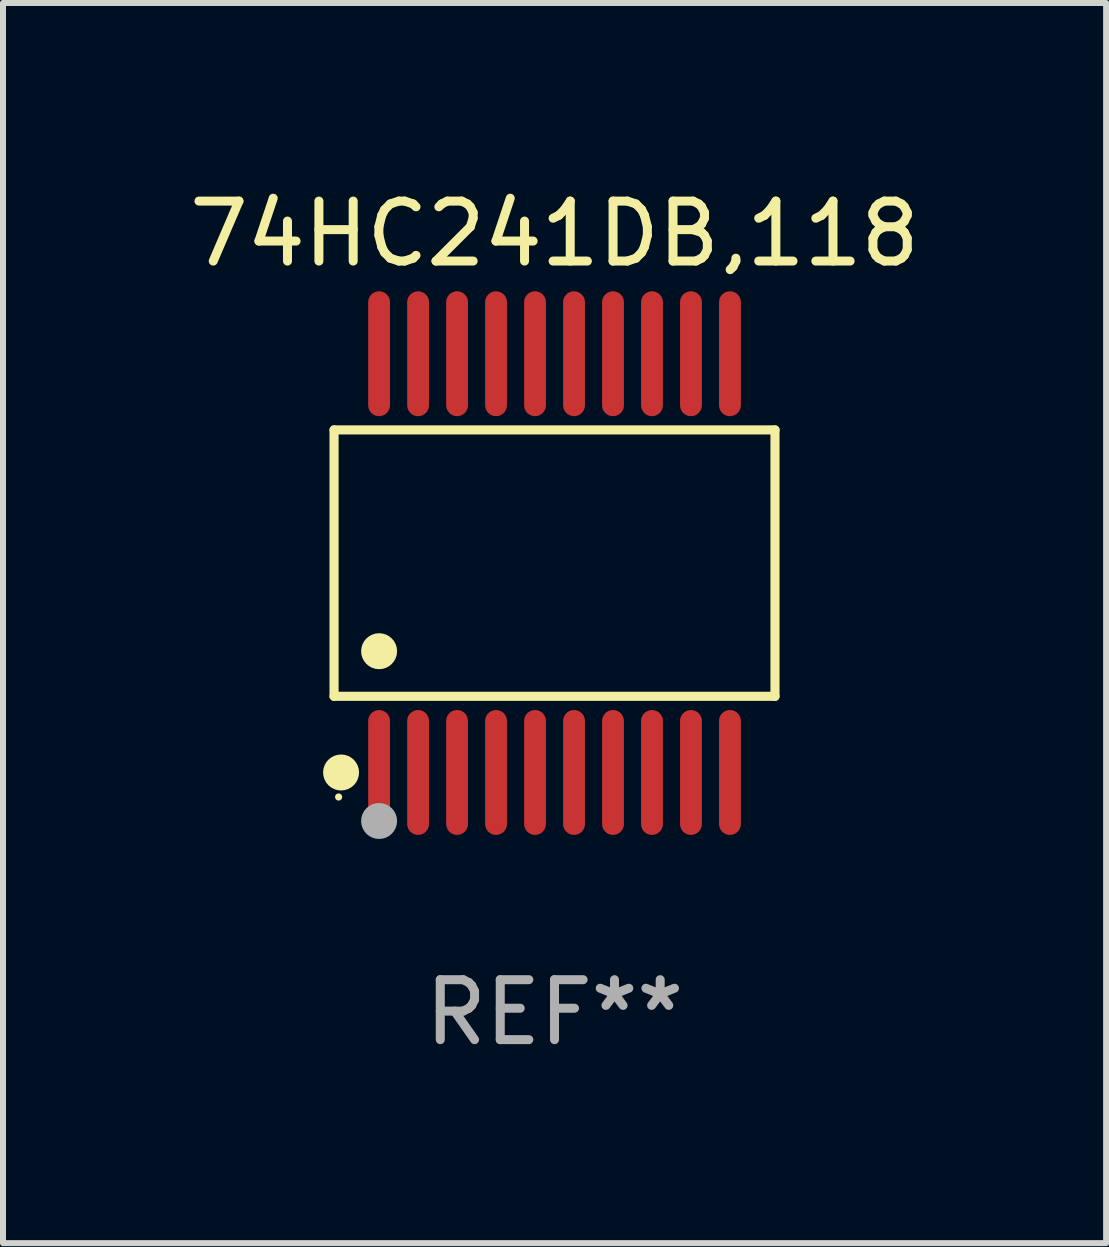
<source format=kicad_pcb>
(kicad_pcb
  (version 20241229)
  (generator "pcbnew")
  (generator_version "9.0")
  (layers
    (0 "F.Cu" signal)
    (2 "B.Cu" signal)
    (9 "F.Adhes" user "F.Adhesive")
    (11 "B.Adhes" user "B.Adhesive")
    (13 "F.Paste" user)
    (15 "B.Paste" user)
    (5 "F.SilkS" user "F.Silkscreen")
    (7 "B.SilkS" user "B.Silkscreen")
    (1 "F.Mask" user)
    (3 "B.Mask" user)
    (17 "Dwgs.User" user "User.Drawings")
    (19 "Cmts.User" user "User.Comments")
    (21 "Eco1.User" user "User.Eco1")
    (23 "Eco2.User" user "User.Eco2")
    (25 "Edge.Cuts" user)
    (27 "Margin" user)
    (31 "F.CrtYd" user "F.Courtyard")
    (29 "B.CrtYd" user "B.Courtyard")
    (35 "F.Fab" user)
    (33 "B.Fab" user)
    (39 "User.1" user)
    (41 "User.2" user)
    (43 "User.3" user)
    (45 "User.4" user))
  (footprint "74HC241DB,118"
    (layer "F.Cu")
    (at 6.196 6.339)
    (property "Reference" "74HC241DB,118" (at 0 -5.491 0) (layer "F.SilkS") (effects (font (size 1 1) (thickness 0.15))))
    (attr through_hole)
    (fp_line (start -3.676 -2.221) (end 3.676 -2.221) (stroke (width 0.152) (type solid)) (layer "F.SilkS"))
    (fp_line (start -3.676 2.221) (end -3.676 -2.221) (stroke (width 0.152) (type solid)) (layer "F.SilkS"))
    (fp_line (start 3.676 -2.221) (end 3.676 2.221) (stroke (width 0.152) (type solid)) (layer "F.SilkS"))
    (fp_line (start 3.676 2.221) (end -3.676 2.221) (stroke (width 0.152) (type solid)) (layer "F.SilkS"))
    (fp_circle (center -3.6 3.9) (end -3.57 3.9) (stroke (width 0.06) (type solid)) (fill no) (layer "F.SilkS"))
    (fp_circle (center -3.559 3.491) (end -3.409 3.491) (stroke (width 0.3) (type solid)) (fill no) (layer "F.SilkS"))
    (fp_circle (center -2.925 1.469) (end -2.775 1.469) (stroke (width 0.3) (type solid)) (fill no) (layer "F.SilkS"))
    (fp_circle (center -2.925 4.3) (end -2.775 4.3) (stroke (width 0.3) (type solid)) (fill no) (layer "F.Fab"))
    (fp_text user "REF**" (at 0 7.491 0) (layer "F.Fab") (effects (font (size 1 1) (thickness 0.15))))
    (pad "1" smd oval (at -2.925 3.491) (size 0.364 2.082) (layers "F.Cu" "F.Mask" "F.Paste"))
    (pad "2" smd oval (at -2.275 3.491) (size 0.364 2.082) (layers "F.Cu" "F.Mask" "F.Paste"))
    (pad "3" smd oval (at -1.625 3.491) (size 0.364 2.082) (layers "F.Cu" "F.Mask" "F.Paste"))
    (pad "4" smd oval (at -0.975 3.491) (size 0.364 2.082) (layers "F.Cu" "F.Mask" "F.Paste"))
    (pad "5" smd oval (at -0.325 3.491) (size 0.364 2.082) (layers "F.Cu" "F.Mask" "F.Paste"))
    (pad "6" smd oval (at 0.325 3.491) (size 0.364 2.082) (layers "F.Cu" "F.Mask" "F.Paste"))
    (pad "7" smd oval (at 0.975 3.491) (size 0.364 2.082) (layers "F.Cu" "F.Mask" "F.Paste"))
    (pad "8" smd oval (at 1.625 3.491) (size 0.364 2.082) (layers "F.Cu" "F.Mask" "F.Paste"))
    (pad "9" smd oval (at 2.275 3.491) (size 0.364 2.082) (layers "F.Cu" "F.Mask" "F.Paste"))
    (pad "10" smd oval (at 2.925 3.491) (size 0.364 2.082) (layers "F.Cu" "F.Mask" "F.Paste"))
    (pad "11" smd oval (at 2.925 -3.491) (size 0.364 2.082) (layers "F.Cu" "F.Mask" "F.Paste"))
    (pad "12" smd oval (at 2.275 -3.491) (size 0.364 2.082) (layers "F.Cu" "F.Mask" "F.Paste"))
    (pad "13" smd oval (at 1.625 -3.491) (size 0.364 2.082) (layers "F.Cu" "F.Mask" "F.Paste"))
    (pad "14" smd oval (at 0.975 -3.491) (size 0.364 2.082) (layers "F.Cu" "F.Mask" "F.Paste"))
    (pad "15" smd oval (at 0.325 -3.491) (size 0.364 2.082) (layers "F.Cu" "F.Mask" "F.Paste"))
    (pad "16" smd oval (at -0.325 -3.491) (size 0.364 2.082) (layers "F.Cu" "F.Mask" "F.Paste"))
    (pad "17" smd oval (at -0.975 -3.491) (size 0.364 2.082) (layers "F.Cu" "F.Mask" "F.Paste"))
    (pad "18" smd oval (at -1.625 -3.491) (size 0.364 2.082) (layers "F.Cu" "F.Mask" "F.Paste"))
    (pad "19" smd oval (at -2.275 -3.491) (size 0.364 2.082) (layers "F.Cu" "F.Mask" "F.Paste"))
    (pad "20" smd oval (at -2.925 -3.491) (size 0.364 2.082) (layers "F.Cu" "F.Mask" "F.Paste")))
  (gr_rect
    (start -3 -3)
    (end 15.393 17.678)
    (stroke (width 0.1) (type default))
    (fill no)
    (layer "Edge.Cuts")))
</source>
